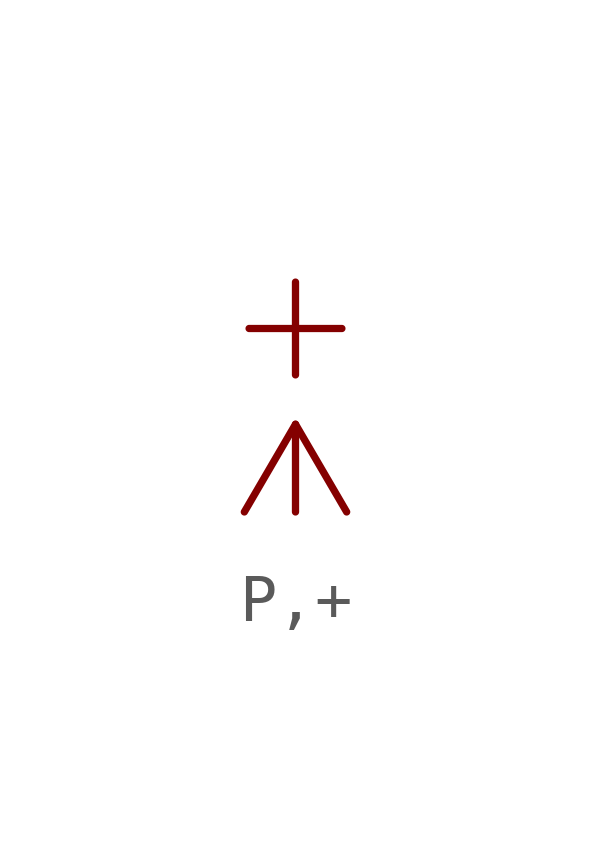
<source format=kicad_sym>
(kicad_symbol_lib
  (version 20211014)
  (generator kicad_symbol_editor)
  (symbol "P,+"
    (power)
    (pin_numbers hide)
    (pin_names
      (offset 1.27) hide)
    (property "Reference" "#PWR"
      (at 2.54 0 0)
      (effects (font (size 2.54 2.54)) (justify left) hide))
    (symbol "P,+_1_1"
      (polyline (pts (xy 0 0) (xy 0 1.829)) (stroke (width 0) (type default) (color 0 0 0 0)) (fill (type none)))
      (polyline (pts (xy -1.067 0) (xy 0 1.829) (xy 1.067 0)) (stroke (width 0) (type default) (color 0 0 0 0)) (fill (type none)))
      (text "+" (at 0 2.54 0) (effects (font (size 2.54 2.54)) (justify bottom)))
      (pin power_in line (at 0 0 0) (length 0) hide (name "+" (effects (font (size 2.54 2.54)))) (number "0" (effects (font (size 0 0))))))))
</source>
